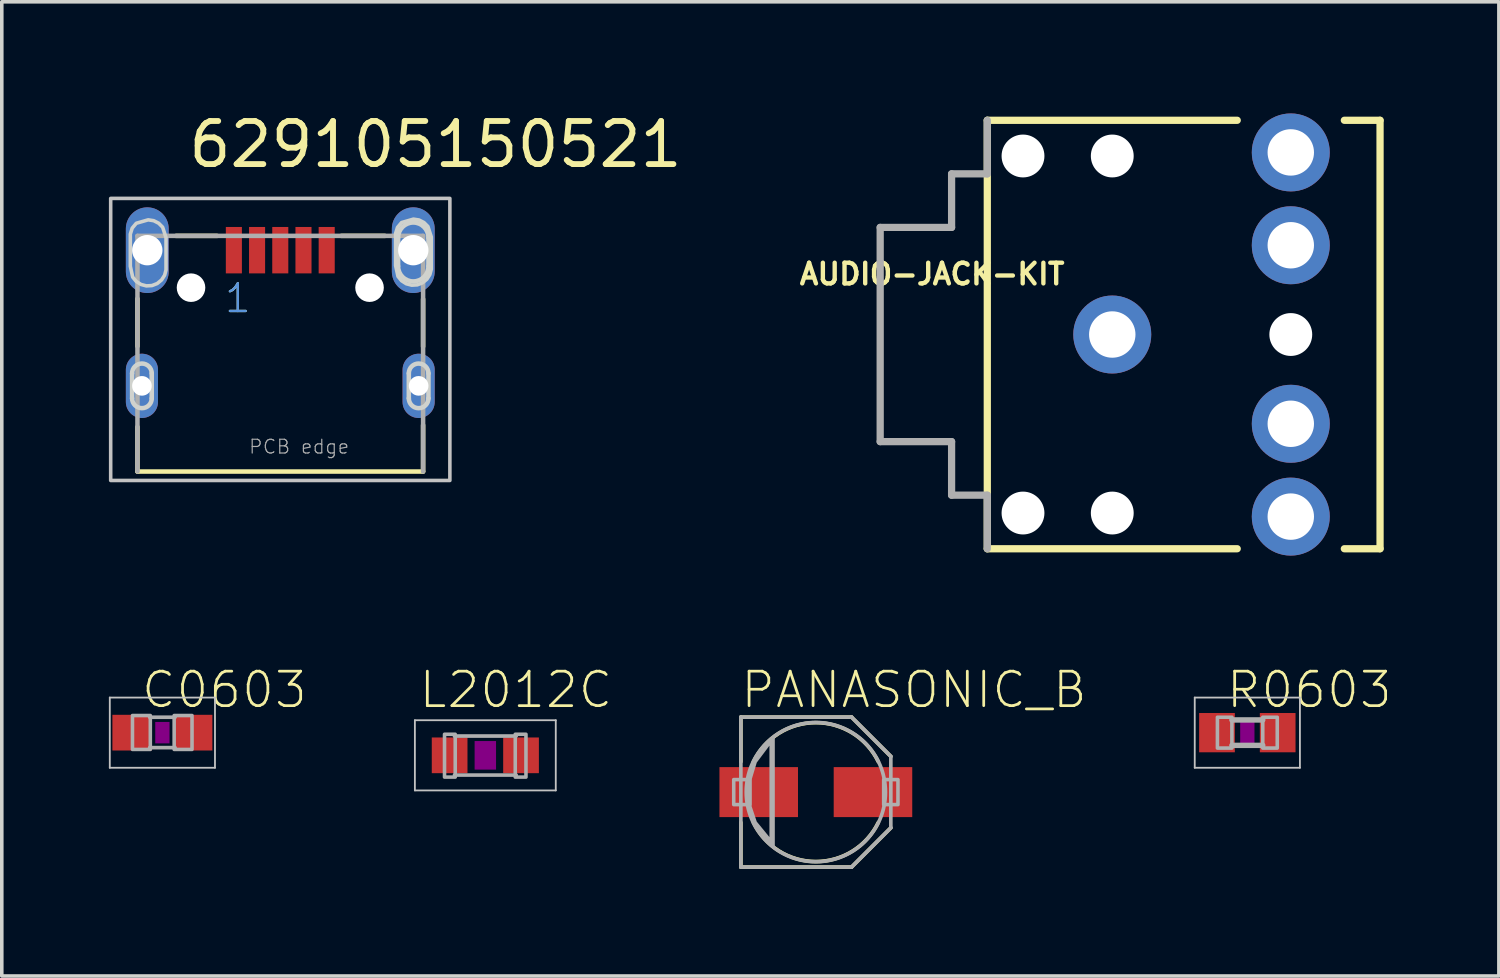
<source format=kicad_pcb>
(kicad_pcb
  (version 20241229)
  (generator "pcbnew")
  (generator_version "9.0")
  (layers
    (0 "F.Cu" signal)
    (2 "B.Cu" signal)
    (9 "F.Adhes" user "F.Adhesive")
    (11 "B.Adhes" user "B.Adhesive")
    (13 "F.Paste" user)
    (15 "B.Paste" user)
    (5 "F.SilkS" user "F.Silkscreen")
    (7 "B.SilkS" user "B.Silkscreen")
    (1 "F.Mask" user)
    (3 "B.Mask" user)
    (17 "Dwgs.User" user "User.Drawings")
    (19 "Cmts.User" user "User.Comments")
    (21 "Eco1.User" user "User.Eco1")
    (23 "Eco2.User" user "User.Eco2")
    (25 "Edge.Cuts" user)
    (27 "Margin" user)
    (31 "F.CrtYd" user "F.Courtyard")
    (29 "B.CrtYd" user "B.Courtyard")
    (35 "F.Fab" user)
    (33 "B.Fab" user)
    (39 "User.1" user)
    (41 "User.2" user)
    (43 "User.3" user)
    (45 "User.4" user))
  (footprint "629105150521"
    (layer "F.Cu")
    (at 4.8 5.007)
    (property "Reference" "629105150521" (at -2.652 -3.306 0) (layer "F.SilkS") (effects (font (size 1.206 1.206) (thickness 0.165)) (justify left bottom)))
    (attr through_hole)
    (fp_line (start -4 0.31) (end -4 1.64) (stroke (width 0.127) (type solid)) (layer "F.SilkS"))
    (fp_line (start -4 3.9) (end -4 5.15) (stroke (width 0.127) (type solid)) (layer "F.SilkS"))
    (fp_line (start -4 5.15) (end 4 5.15) (stroke (width 0.127) (type solid)) (layer "F.SilkS"))
    (fp_line (start -2.92 -1.45) (end -1.77 -1.45) (stroke (width 0.127) (type solid)) (layer "F.SilkS"))
    (fp_line (start 1.71 -1.45) (end 2.93 -1.45) (stroke (width 0.127) (type solid)) (layer "F.SilkS"))
    (fp_line (start 4 0.32) (end 4 1.65) (stroke (width 0.127) (type solid)) (layer "F.SilkS"))
    (fp_line (start 4 3.85) (end 4 5.15) (stroke (width 0.127) (type solid)) (layer "F.SilkS"))
    (fp_poly (pts (xy -4.75 -2.5) (xy 4.75 -2.5) (xy 4.75 5.4) (xy -4.75 5.4)) (stroke (width 0.1) (type solid)) (fill no) (layer "Dwgs.User"))
    (fp_line (start -4.15 2.4) (end -4.15 3.1) (stroke (width 0.127) (type solid)) (layer "Edge.Cuts"))
    (fp_line (start -3.6 2.4) (end -3.6 3.1) (stroke (width 0.127) (type solid)) (layer "Edge.Cuts"))
    (fp_line (start 3.3 -1.4) (end 3.3 -0.6) (stroke (width 0.127) (type solid)) (layer "Edge.Cuts"))
    (fp_line (start 3.6 2.4) (end 3.6 3.1) (stroke (width 0.127) (type solid)) (layer "Edge.Cuts"))
    (fp_line (start 4.15 -1.4) (end 4.15 -0.6) (stroke (width 0.127) (type solid)) (layer "Edge.Cuts"))
    (fp_line (start 4.15 2.4) (end 4.15 3.1) (stroke (width 0.127) (type solid)) (layer "Edge.Cuts"))
    (fp_arc (start -4.15 2.4) (mid -3.875 2.125) (end -3.6 2.4) (stroke (width 0.127) (type solid)) (layer "Edge.Cuts"))
    (fp_arc (start -3.6 3.1) (mid -3.875 3.375) (end -4.15 3.1) (stroke (width 0.127) (type solid)) (layer "Edge.Cuts"))
    (fp_arc (start 3.3 -1.4) (mid 3.725 -1.825) (end 4.15 -1.4) (stroke (width 0.127) (type solid)) (layer "Edge.Cuts"))
    (fp_arc (start 3.6 2.4) (mid 3.875 2.125) (end 4.15 2.4) (stroke (width 0.127) (type solid)) (layer "Edge.Cuts"))
    (fp_arc (start 4.15 -0.6) (mid 3.725 -0.175) (end 3.3 -0.6) (stroke (width 0.127) (type solid)) (layer "Edge.Cuts"))
    (fp_arc (start 4.15 3.1) (mid 3.875 3.375) (end 3.6 3.1) (stroke (width 0.127) (type solid)) (layer "Edge.Cuts"))
    (fp_poly (pts (xy -3.7 -1.9) (xy -3.545 -1.876) (xy -3.406 -1.805) (xy -3.295 -1.694) (xy -3.2 -1.4) (xy -3.2 -0.5) (xy -3.24 -0.348) (xy -3.325 -0.216) (xy -3.447 -0.116) (xy -3.593 -0.059) (xy -3.75 -0.05) (xy -3.902 -0.09) (xy -4.034 -0.175) (xy -4.134 -0.297) (xy -4.2 -0.6) (xy -4.2 -1.5) (xy -4.147 -1.668) (xy -4.033 -1.804)) (stroke (width 0.1) (type solid)) (fill no) (layer "Edge.Cuts"))
    (fp_poly (pts (xy 3.73 -1.92) (xy 3.885 -1.896) (xy 4.024 -1.825) (xy 4.135 -1.714) (xy 4.23 -1.42) (xy 4.23 -0.52) (xy 4.19 -0.368) (xy 4.105 -0.236) (xy 3.983 -0.136) (xy 3.837 -0.079) (xy 3.68 -0.07) (xy 3.528 -0.11) (xy 3.396 -0.195) (xy 3.296 -0.317) (xy 3.23 -0.62) (xy 3.23 -1.52) (xy 3.283 -1.688) (xy 3.397 -1.824)) (stroke (width 0.1) (type solid)) (fill no) (layer "Edge.Cuts"))
    (fp_line (start -4 -1.45) (end 4 -1.45) (stroke (width 0.127) (type solid)) (layer "F.Fab"))
    (fp_line (start -4 5.15) (end -4 -1.45) (stroke (width 0.127) (type solid)) (layer "F.Fab"))
    (fp_line (start 4 5.15) (end 4 -1.45) (stroke (width 0.127) (type solid)) (layer "F.Fab"))
    (fp_text user "1" (at -1.6 0.75 0) (layer "F.SilkS") (effects (font (size 0.772 0.772) (thickness 0.065)) (justify left bottom)))
    (fp_text user "1" (at -1.6 0.75 0) (layer "Cmts.User") (effects (font (size 0.772 0.772) (thickness 0.065)) (justify left bottom)))
    (fp_text user "PCB edge" (at -0.9 4.68 0) (layer "F.Fab") (effects (font (size 0.386 0.386) (thickness 0.033)) (justify left bottom)))
    (pad "" np_thru_hole circle (at -2.5 0) (size 0.8 0.8) (drill 0.8) (layers "*.Cu" "*.Mask"))
    (pad "" np_thru_hole circle (at 2.5 0) (size 0.8 0.8) (drill 0.8) (layers "*.Cu" "*.Mask"))
    (pad "1" smd rect (at -1.3 -1.05) (size 0.45 1.3) (layers "F.Cu" "F.Mask" "F.Paste"))
    (pad "2" smd rect (at -0.65 -1.05) (size 0.45 1.3) (layers "F.Cu" "F.Mask" "F.Paste"))
    (pad "3" smd rect (at 0 -1.05) (size 0.45 1.3) (layers "F.Cu" "F.Mask" "F.Paste"))
    (pad "4" smd rect (at 0.65 -1.05) (size 0.45 1.3) (layers "F.Cu" "F.Mask" "F.Paste"))
    (pad "5" smd rect (at 1.3 -1.05) (size 0.45 1.3) (layers "F.Cu" "F.Mask" "F.Paste"))
    (pad "SHELL" thru_hole oval (at -3.725 -1.05 90) (size 2.4 1.2) (drill 0.85) (layers "*.Cu" "*.Mask"))
    (pad "SHELL1" thru_hole oval (at 3.725 -1.05 90) (size 2.4 1.2) (drill 0.85) (layers "*.Cu" "*.Mask"))
    (pad "SHELL2" thru_hole oval (at -3.875 2.75 90) (size 1.8 0.9) (drill 0.55) (layers "*.Cu" "*.Mask"))
    (pad "SHELL3" thru_hole oval (at 3.875 2.75 90) (size 1.8 0.9) (drill 0.55) (layers "*.Cu" "*.Mask")))
  (footprint "PANASONIC_B"
    (layer "F.Cu")
    (at 19.8 19.135)
    (property "Reference" "PANASONIC_B" (at -2.15 -2.3 180) (layer "F.SilkS") (effects (font (size 0.965 0.965) (thickness 0.077)) (justify left bottom)))
    (attr through_hole)
    (fp_line (start -2.1 -2.1) (end 1 -2.1) (stroke (width 0.102) (type solid)) (layer "F.SilkS"))
    (fp_line (start -2.1 -0.85) (end -2.1 -2.1) (stroke (width 0.102) (type solid)) (layer "F.SilkS"))
    (fp_line (start -2.1 2.1) (end -2.1 0.85) (stroke (width 0.102) (type solid)) (layer "F.SilkS"))
    (fp_line (start 1 -2.1) (end 2.1 -1) (stroke (width 0.102) (type solid)) (layer "F.SilkS"))
    (fp_line (start 1 2.1) (end -2.1 2.1) (stroke (width 0.102) (type solid)) (layer "F.SilkS"))
    (fp_line (start 2.1 1) (end 1 2.1) (stroke (width 0.102) (type solid)) (layer "F.SilkS"))
    (fp_arc (start -1.75 -0.85) (mid 0 -1.945508) (end 1.75 -0.85) (stroke (width 0.1016) (type solid)) (layer "F.SilkS"))
    (fp_arc (start 1.75 0.85) (mid 0 1.945508) (end -1.75 0.85) (stroke (width 0.1016) (type solid)) (layer "F.SilkS"))
    (fp_line (start -2.1 -2.1) (end 1 -2.1) (stroke (width 0.102) (type solid)) (layer "F.Fab"))
    (fp_line (start -2.1 2.1) (end -2.1 -2.1) (stroke (width 0.102) (type solid)) (layer "F.Fab"))
    (fp_line (start -1.2 -1.5) (end -1.2 1.5) (stroke (width 0.102) (type solid)) (layer "F.Fab"))
    (fp_line (start 1 -2.1) (end 2.1 -1) (stroke (width 0.102) (type solid)) (layer "F.Fab"))
    (fp_line (start 1 2.1) (end -2.1 2.1) (stroke (width 0.102) (type solid)) (layer "F.Fab"))
    (fp_line (start 2.1 -1) (end 2.1 1) (stroke (width 0.102) (type solid)) (layer "F.Fab"))
    (fp_line (start 2.1 1) (end 1 2.1) (stroke (width 0.102) (type solid)) (layer "F.Fab"))
    (fp_circle (center 0 0) (end 1.95 0) (stroke (width 0.102) (type solid)) (fill no) (layer "F.Fab"))
    (fp_poly (pts (xy -2.3 0.35) (xy -1.85 0.35) (xy -1.85 -0.35) (xy -2.3 -0.35)) (stroke (width 0.1) (type solid)) (fill no) (layer "F.Fab"))
    (fp_poly (pts (xy 1.9 0.35) (xy 2.3 0.35) (xy 2.3 -0.35) (xy 1.9 -0.35)) (stroke (width 0.1) (type solid)) (fill no) (layer "F.Fab"))
    (fp_poly (pts (xy -1.25 -1.45) (xy -1.7 -0.85) (xy -1.85 -0.35) (xy -1.85 0.4) (xy -1.7 0.85) (xy -1.25 1.4) (xy -1.25 -1.4)) (stroke (width 0.1) (type solid)) (fill no) (layer "F.Fab"))
    (pad "+" smd rect (at 1.6 0) (size 2.2 1.4) (layers "F.Cu" "F.Mask" "F.Paste"))
    (pad "-" smd rect (at -1.6 0) (size 2.2 1.4) (layers "F.Cu" "F.Mask" "F.Paste")))
  (footprint "R0603"
    (layer "F.Cu")
    (at 31.885 17.47)
    (property "Reference" "R0603" (at -0.635 -0.635 0) (layer "F.SilkS") (effects (font (size 0.965 0.965) (thickness 0.077)) (justify left bottom)))
    (attr through_hole)
    (fp_poly (pts (xy -0.2 0.4) (xy 0.2 0.4) (xy 0.2 -0.4) (xy -0.2 -0.4)) (stroke (width 0) (type solid)) (fill yes) (layer "F.Adhes"))
    (fp_line (start -1.473 -0.983) (end 1.473 -0.983) (stroke (width 0.051) (type solid)) (layer "Dwgs.User"))
    (fp_line (start -1.473 0.983) (end -1.473 -0.983) (stroke (width 0.051) (type solid)) (layer "Dwgs.User"))
    (fp_line (start 1.473 -0.983) (end 1.473 0.983) (stroke (width 0.051) (type solid)) (layer "Dwgs.User"))
    (fp_line (start 1.473 0.983) (end -1.473 0.983) (stroke (width 0.051) (type solid)) (layer "Dwgs.User"))
    (fp_line (start -0.432 0.356) (end 0.432 0.356) (stroke (width 0.152) (type solid)) (layer "F.Fab"))
    (fp_line (start 0.432 -0.356) (end -0.432 -0.356) (stroke (width 0.152) (type solid)) (layer "F.Fab"))
    (fp_poly (pts (xy -0.838 0.432) (xy -0.432 0.432) (xy -0.432 -0.432) (xy -0.838 -0.432)) (stroke (width 0.1) (type solid)) (fill no) (layer "F.Fab"))
    (fp_poly (pts (xy 0.432 0.432) (xy 0.838 0.432) (xy 0.838 -0.432) (xy 0.432 -0.432)) (stroke (width 0.1) (type solid)) (fill no) (layer "F.Fab"))
    (pad "1" smd rect (at -0.85 0) (size 1 1.1) (layers "F.Cu" "F.Mask" "F.Paste"))
    (pad "2" smd rect (at 0.85 0) (size 1 1.1) (layers "F.Cu" "F.Mask" "F.Paste")))
  (footprint "AUDIO-JACK-KIT"
    (layer "F.Cu")
    (at 28.102 6.319)
    (property "Reference" "AUDIO-JACK-KIT" (at -1.27 -2.032 0) (layer "F.SilkS") (effects (font (size 0.579 0.579) (thickness 0.122)) (justify right top)))
    (attr through_hole)
    (fp_circle (center 0 0) (end 0.33 0) (stroke (width 0.66) (type solid)) (fill no) (layer "F.Mask"))
    (fp_circle (center 5 -5.1) (end 5.33 -5.1) (stroke (width 0.66) (type solid)) (fill no) (layer "F.Mask"))
    (fp_circle (center 5 -2.5) (end 5.33 -2.5) (stroke (width 0.66) (type solid)) (fill no) (layer "F.Mask"))
    (fp_circle (center 5 2.5) (end 5.33 2.5) (stroke (width 0.66) (type solid)) (fill no) (layer "F.Mask"))
    (fp_circle (center 5 5.1) (end 5.33 5.1) (stroke (width 0.66) (type solid)) (fill no) (layer "F.Mask"))
    (fp_circle (center 0 0) (end 0.61 0) (stroke (width 1.219) (type solid)) (fill no) (layer "B.Mask"))
    (fp_circle (center 5 -5.1) (end 5.61 -5.1) (stroke (width 1.219) (type solid)) (fill no) (layer "B.Mask"))
    (fp_circle (center 5 -2.5) (end 5.61 -2.5) (stroke (width 1.219) (type solid)) (fill no) (layer "B.Mask"))
    (fp_circle (center 5 2.5) (end 5.61 2.5) (stroke (width 1.219) (type solid)) (fill no) (layer "B.Mask"))
    (fp_circle (center 5 5.1) (end 5.61 5.1) (stroke (width 1.219) (type solid)) (fill no) (layer "B.Mask"))
    (fp_line (start -3.5 -6) (end -3.5 6) (stroke (width 0.203) (type solid)) (layer "F.SilkS"))
    (fp_line (start -3.5 -6) (end 3.5 -6) (stroke (width 0.203) (type solid)) (layer "F.SilkS"))
    (fp_line (start -3.5 6) (end 3.5 6) (stroke (width 0.203) (type solid)) (layer "F.SilkS"))
    (fp_line (start 7.5 -6) (end 6.5 -6) (stroke (width 0.203) (type solid)) (layer "F.SilkS"))
    (fp_line (start 7.5 -6) (end 7.5 6) (stroke (width 0.203) (type solid)) (layer "F.SilkS"))
    (fp_line (start 7.5 6) (end 6.5 6) (stroke (width 0.203) (type solid)) (layer "F.SilkS"))
    (fp_line (start -6.5 -3) (end -6.5 3) (stroke (width 0.203) (type solid)) (layer "F.Fab"))
    (fp_line (start -6.5 -3) (end -4.5 -3) (stroke (width 0.203) (type solid)) (layer "F.Fab"))
    (fp_line (start -6.5 3) (end -4.5 3) (stroke (width 0.203) (type solid)) (layer "F.Fab"))
    (fp_line (start -4.5 -4.5) (end -4.5 -3) (stroke (width 0.203) (type solid)) (layer "F.Fab"))
    (fp_line (start -4.5 -4.5) (end -3.5 -4.5) (stroke (width 0.203) (type solid)) (layer "F.Fab"))
    (fp_line (start -4.5 3) (end -4.5 4.5) (stroke (width 0.203) (type solid)) (layer "F.Fab"))
    (fp_line (start -4.5 4.5) (end -3.5 4.5) (stroke (width 0.203) (type solid)) (layer "F.Fab"))
    (fp_line (start -3.5 -6) (end -3.5 -4.5) (stroke (width 0.203) (type solid)) (layer "F.Fab"))
    (fp_line (start -3.5 4.5) (end -3.5 6) (stroke (width 0.203) (type solid)) (layer "F.Fab"))
    (pad "" np_thru_hole circle (at -2.5 -5) (size 1.2 1.2) (drill 1.2) (layers "*.Cu" "*.Mask"))
    (pad "" np_thru_hole circle (at -2.5 5) (size 1.2 1.2) (drill 1.2) (layers "*.Cu" "*.Mask"))
    (pad "" np_thru_hole circle (at 0 -5) (size 1.2 1.2) (drill 1.2) (layers "*.Cu" "*.Mask"))
    (pad "" np_thru_hole circle (at 0 5) (size 1.2 1.2) (drill 1.2) (layers "*.Cu" "*.Mask"))
    (pad "" np_thru_hole circle (at 5 0) (size 1.2 1.2) (drill 1.2) (layers "*.Cu" "*.Mask"))
    (pad "RING" thru_hole circle (at 5 -5.1) (size 2.184 2.184) (drill 1.3) (layers "*.Cu" "*.Mask"))
    (pad "RSH" thru_hole circle (at 5 -2.5) (size 2.184 2.184) (drill 1.3) (layers "*.Cu" "*.Mask"))
    (pad "SLEEVE" thru_hole circle (at 0 0) (size 2.184 2.184) (drill 1.3) (layers "*.Cu" "*.Mask"))
    (pad "TIP" thru_hole circle (at 5 5.1) (size 2.184 2.184) (drill 1.3) (layers "*.Cu" "*.Mask"))
    (pad "TSH" thru_hole circle (at 5 2.5) (size 2.184 2.184) (drill 1.3) (layers "*.Cu" "*.Mask")))
  (footprint "L2012C"
    (layer "F.Cu")
    (at 10.543 18.105)
    (property "Reference" "L2012C" (at -1.905 -1.27 0) (layer "F.SilkS") (effects (font (size 0.965 0.965) (thickness 0.077)) (justify left bottom)))
    (attr through_hole)
    (fp_poly (pts (xy -0.3 0.4) (xy 0.3 0.4) (xy 0.3 -0.4) (xy -0.3 -0.4)) (stroke (width 0) (type solid)) (fill yes) (layer "F.Adhes"))
    (fp_line (start -1.973 -0.983) (end 1.973 -0.983) (stroke (width 0.051) (type solid)) (layer "Dwgs.User"))
    (fp_line (start -1.973 0.983) (end -1.973 -0.983) (stroke (width 0.051) (type solid)) (layer "Dwgs.User"))
    (fp_line (start 1.973 -0.983) (end 1.973 0.983) (stroke (width 0.051) (type solid)) (layer "Dwgs.User"))
    (fp_line (start 1.973 0.983) (end -1.973 0.983) (stroke (width 0.051) (type solid)) (layer "Dwgs.User"))
    (fp_line (start -0.864 -0.54) (end 0.864 -0.54) (stroke (width 0.102) (type solid)) (layer "F.Fab"))
    (fp_line (start -0.864 0.553) (end 0.864 0.553) (stroke (width 0.102) (type solid)) (layer "F.Fab"))
    (fp_poly (pts (xy -1.143 0.61) (xy -0.843 0.61) (xy -0.843 -0.59) (xy -1.143 -0.59)) (stroke (width 0.1) (type solid)) (fill no) (layer "F.Fab"))
    (fp_poly (pts (xy 0.838 0.61) (xy 1.138 0.61) (xy 1.138 -0.59) (xy 0.838 -0.59)) (stroke (width 0.1) (type solid)) (fill no) (layer "F.Fab"))
    (pad "1" smd rect (at -1 0) (size 1 1) (layers "F.Cu" "F.Mask" "F.Paste"))
    (pad "2" smd rect (at 1 0) (size 1 1) (layers "F.Cu" "F.Mask" "F.Paste")))
  (footprint "C0603"
    (layer "F.Cu")
    (at 1.498 17.47)
    (property "Reference" "C0603" (at -0.635 -0.635 180) (layer "F.SilkS") (effects (font (size 0.965 0.965) (thickness 0.077)) (justify left bottom)))
    (attr through_hole)
    (fp_poly (pts (xy -0.2 0.3) (xy 0.2 0.3) (xy 0.2 -0.3) (xy -0.2 -0.3)) (stroke (width 0) (type solid)) (fill yes) (layer "F.Adhes"))
    (fp_line (start -1.473 -0.983) (end 1.473 -0.983) (stroke (width 0.051) (type solid)) (layer "Dwgs.User"))
    (fp_line (start -1.473 0.983) (end -1.473 -0.983) (stroke (width 0.051) (type solid)) (layer "Dwgs.User"))
    (fp_line (start 1.473 -0.983) (end 1.473 0.983) (stroke (width 0.051) (type solid)) (layer "Dwgs.User"))
    (fp_line (start 1.473 0.983) (end -1.473 0.983) (stroke (width 0.051) (type solid)) (layer "Dwgs.User"))
    (fp_line (start -0.356 -0.432) (end 0.356 -0.432) (stroke (width 0.102) (type solid)) (layer "F.Fab"))
    (fp_line (start -0.356 0.419) (end 0.356 0.419) (stroke (width 0.102) (type solid)) (layer "F.Fab"))
    (fp_poly (pts (xy -0.838 0.47) (xy -0.338 0.47) (xy -0.338 -0.48) (xy -0.838 -0.48)) (stroke (width 0.1) (type solid)) (fill no) (layer "F.Fab"))
    (fp_poly (pts (xy 0.33 0.47) (xy 0.83 0.47) (xy 0.83 -0.48) (xy 0.33 -0.48)) (stroke (width 0.1) (type solid)) (fill no) (layer "F.Fab"))
    (pad "1" smd rect (at -0.85 0) (size 1.1 1) (layers "F.Cu" "F.Mask" "F.Paste"))
    (pad "2" smd rect (at 0.85 0) (size 1.1 1) (layers "F.Cu" "F.Mask" "F.Paste")))
  (gr_rect
    (start -3 -3)
    (end 38.93 24.286)
    (stroke (width 0.1) (type default))
    (fill no)
    (layer "Edge.Cuts")))
</source>
